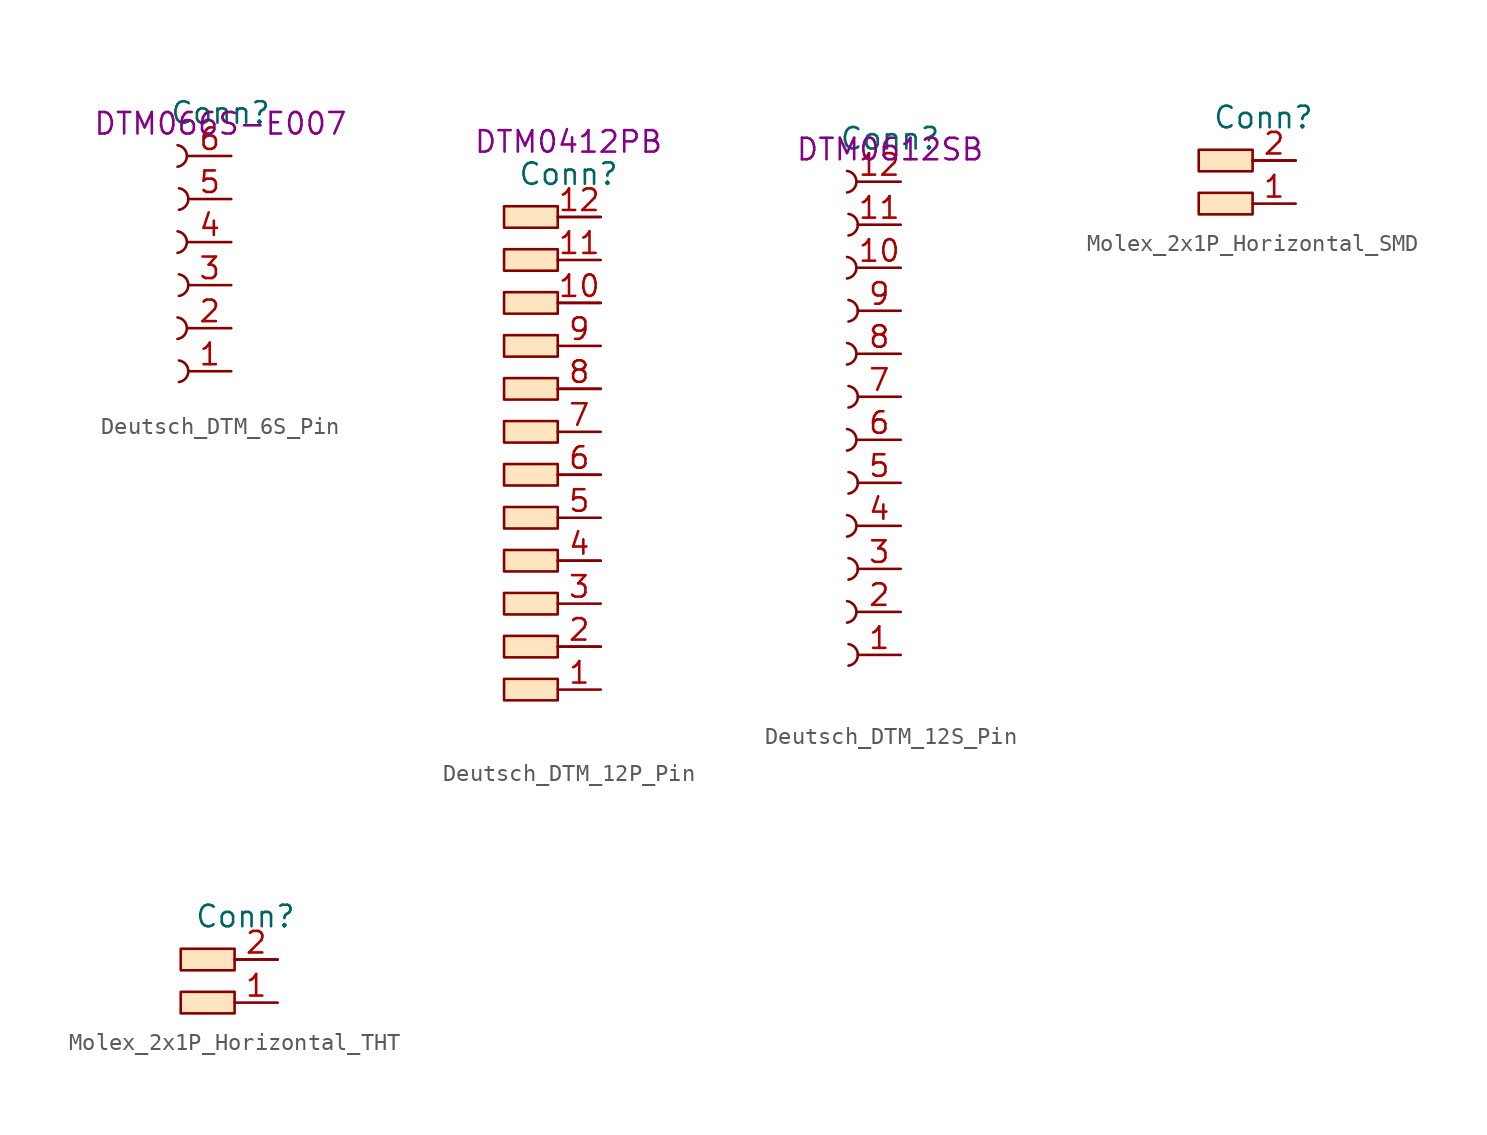
<source format=kicad_sym>
(kicad_symbol_lib
  (version 20220914)
  (generator kicad_symbol_editor)
  (symbol "Deutsch_DTM_6S_Pin"
    (property "Reference" "Conn"
      (at 0 0.635 0)
      (effects (font (size 1.27 1.27))))
    (property "P/N" "DTM066S-E007"
      (at 0 0 0)
      (effects (font (size 1.27 1.27))))
    (symbol "Deutsch_DTM_6S_Pin_0_1"
      (arc (start -2.5368 -12.7007) (mid -1.9833 -12.0663) (end -2.5355 -11.4307) (stroke (width 0) (type default)) (fill (type none)))
      (arc (start -2.5368 -7.6207) (mid -1.9833 -6.9863) (end -2.5355 -6.3507) (stroke (width 0) (type default)) (fill (type none)))
      (arc (start -2.5368 -2.5407) (mid -1.9833 -1.9063) (end -2.5355 -1.2707) (stroke (width 0) (type default)) (fill (type none)))
      (arc (start -2.4524 -15.2401) (mid -1.8989 -14.6057) (end -2.4511 -13.9701) (stroke (width 0) (type default)) (fill (type none)))
      (arc (start -2.4524 -10.1601) (mid -1.8989 -9.5257) (end -2.4511 -8.8901) (stroke (width 0) (type default)) (fill (type none)))
      (arc (start -2.4524 -5.0801) (mid -1.8989 -4.4457) (end -2.4511 -3.8101) (stroke (width 0) (type default)) (fill (type none))))
    (symbol "Deutsch_DTM_6S_Pin_1_1"
      (pin input line (at 0.635 -14.605 180) (length 2.54) (name "" (effects (font (size 1.27 1.27)))) (number "1" (effects (font (size 1.27 1.27)))))
      (pin input line (at 0.635 -12.065 180) (length 2.54) (name "" (effects (font (size 1.27 1.27)))) (number "2" (effects (font (size 1.27 1.27)))))
      (pin input line (at 0.635 -9.525 180) (length 2.54) (name "" (effects (font (size 1.27 1.27)))) (number "3" (effects (font (size 1.27 1.27)))))
      (pin input line (at 0.635 -6.985 180) (length 2.54) (name "" (effects (font (size 1.27 1.27)))) (number "4" (effects (font (size 1.27 1.27)))))
      (pin input line (at 0.635 -4.445 180) (length 2.54) (name "" (effects (font (size 1.27 1.27)))) (number "5" (effects (font (size 1.27 1.27)))))
      (pin input line (at 0.635 -1.905 180) (length 2.54) (name "" (effects (font (size 1.27 1.27)))) (number "6" (effects (font (size 1.27 1.27)))))))
  (symbol "Deutsch_DTM_12P_Pin"
    (property "Reference" "Conn"
      (at 0 -1.905 0)
      (effects (font (size 1.27 1.27))))
    (property "P/N" "DTM0412PB"
      (at 0 0 0)
      (effects (font (size 1.27 1.27))))
    (symbol "Deutsch_DTM_12P_Pin_0_1"
      (polyline (pts (xy -0.635 -29.845) (xy 1.905 -29.845)) (stroke (width 0) (type default)) (fill (type none)))
      (polyline (pts (xy -0.635 -24.765) (xy 1.905 -24.765)) (stroke (width 0) (type default)) (fill (type none)))
      (polyline (pts (xy -0.635 -19.685) (xy 1.905 -19.685)) (stroke (width 0) (type default)) (fill (type none)))
      (polyline (pts (xy -0.635 -14.605) (xy 1.905 -14.605)) (stroke (width 0) (type default)) (fill (type none)))
      (polyline (pts (xy -0.635 -9.525) (xy 1.905 -9.525)) (stroke (width 0) (type default)) (fill (type none)))
      (polyline (pts (xy -0.635 -4.445) (xy 1.905 -4.445)) (stroke (width 0) (type default)) (fill (type none))))
    (symbol "Deutsch_DTM_12P_Pin_1_1"
      (rectangle (start -3.81 -31.75) (end -0.635 -33.02) (stroke (width 0) (type default)) (fill (type color) (color 255 229 191 1)))
      (rectangle (start -3.81 -29.21) (end -0.635 -30.48) (stroke (width 0) (type default)) (fill (type color) (color 255 229 191 1)))
      (rectangle (start -3.81 -26.67) (end -0.635 -27.94) (stroke (width 0) (type default)) (fill (type color) (color 255 229 191 1)))
      (rectangle (start -3.81 -24.13) (end -0.635 -25.4) (stroke (width 0) (type default)) (fill (type color) (color 255 229 191 1)))
      (rectangle (start -3.81 -21.59) (end -0.635 -22.86) (stroke (width 0) (type default)) (fill (type color) (color 255 229 191 1)))
      (rectangle (start -3.81 -19.05) (end -0.635 -20.32) (stroke (width 0) (type default)) (fill (type color) (color 255 229 191 1)))
      (rectangle (start -3.81 -16.51) (end -0.635 -17.78) (stroke (width 0) (type default)) (fill (type color) (color 255 229 191 1)))
      (rectangle (start -3.81 -13.97) (end -0.635 -15.24) (stroke (width 0) (type default)) (fill (type color) (color 255 229 191 1)))
      (rectangle (start -3.81 -11.43) (end -0.635 -12.7) (stroke (width 0) (type default)) (fill (type color) (color 255 229 191 1)))
      (rectangle (start -3.81 -8.89) (end -0.635 -10.16) (stroke (width 0) (type default)) (fill (type color) (color 255 229 191 1)))
      (rectangle (start -3.81 -6.35) (end -0.635 -7.62) (stroke (width 0) (type default)) (fill (type color) (color 255 229 191 1)))
      (rectangle (start -3.81 -3.81) (end -0.635 -5.08) (stroke (width 0) (type default)) (fill (type color) (color 255 229 191 1)))
      (pin input line (at 1.905 -32.385 180) (length 2.54) (name "" (effects (font (size 1.27 1.27)))) (number "1" (effects (font (size 1.27 1.27)))))
      (pin input line (at 1.905 -9.525 180) (length 2.54) (name "" (effects (font (size 1.27 1.27)))) (number "10" (effects (font (size 1.27 1.27)))))
      (pin input line (at 1.905 -6.985 180) (length 2.54) (name "" (effects (font (size 1.27 1.27)))) (number "11" (effects (font (size 1.27 1.27)))))
      (pin input line (at 1.905 -4.445 180) (length 2.54) (name "" (effects (font (size 1.27 1.27)))) (number "12" (effects (font (size 1.27 1.27)))))
      (pin input line (at 1.905 -29.845 180) (length 2.54) (name "" (effects (font (size 1.27 1.27)))) (number "2" (effects (font (size 1.27 1.27)))))
      (pin input line (at 1.905 -27.305 180) (length 2.54) (name "" (effects (font (size 1.27 1.27)))) (number "3" (effects (font (size 1.27 1.27)))))
      (pin input line (at 1.905 -24.765 180) (length 2.54) (name "" (effects (font (size 1.27 1.27)))) (number "4" (effects (font (size 1.27 1.27)))))
      (pin input line (at 1.905 -22.225 180) (length 2.54) (name "" (effects (font (size 1.27 1.27)))) (number "5" (effects (font (size 1.27 1.27)))))
      (pin input line (at 1.905 -19.685 180) (length 2.54) (name "" (effects (font (size 1.27 1.27)))) (number "6" (effects (font (size 1.27 1.27)))))
      (pin input line (at 1.905 -17.145 180) (length 2.54) (name "" (effects (font (size 1.27 1.27)))) (number "7" (effects (font (size 1.27 1.27)))))
      (pin input line (at 1.905 -14.605 180) (length 2.54) (name "" (effects (font (size 1.27 1.27)))) (number "8" (effects (font (size 1.27 1.27)))))
      (pin input line (at 1.905 -12.065 180) (length 2.54) (name "" (effects (font (size 1.27 1.27)))) (number "9" (effects (font (size 1.27 1.27)))))))
  (symbol "Deutsch_DTM_12S_Pin"
    (property "Reference" "Conn"
      (at 0 0.635 0)
      (effects (font (size 1.27 1.27))))
    (property "P/N" "DTM0612SB"
      (at 0 0 0)
      (effects (font (size 1.27 1.27))))
    (symbol "Deutsch_DTM_12S_Pin_0_1"
      (arc (start -2.5368 -27.9407) (mid -1.9833 -27.3063) (end -2.5355 -26.6707) (stroke (width 0) (type default)) (fill (type none)))
      (arc (start -2.5368 -22.8607) (mid -1.9833 -22.2263) (end -2.5355 -21.5907) (stroke (width 0) (type default)) (fill (type none)))
      (arc (start -2.5368 -17.7807) (mid -1.9833 -17.1463) (end -2.5355 -16.5107) (stroke (width 0) (type default)) (fill (type none)))
      (arc (start -2.5368 -12.7007) (mid -1.9833 -12.0663) (end -2.5355 -11.4307) (stroke (width 0) (type default)) (fill (type none)))
      (arc (start -2.5368 -7.6207) (mid -1.9833 -6.9863) (end -2.5355 -6.3507) (stroke (width 0) (type default)) (fill (type none)))
      (arc (start -2.5368 -2.5407) (mid -1.9833 -1.9063) (end -2.5355 -1.2707) (stroke (width 0) (type default)) (fill (type none)))
      (arc (start -2.4524 -30.4801) (mid -1.8989 -29.8457) (end -2.4511 -29.2101) (stroke (width 0) (type default)) (fill (type none)))
      (arc (start -2.4524 -25.4001) (mid -1.8989 -24.7657) (end -2.4511 -24.1301) (stroke (width 0) (type default)) (fill (type none)))
      (arc (start -2.4524 -20.3201) (mid -1.8989 -19.6857) (end -2.4511 -19.0501) (stroke (width 0) (type default)) (fill (type none)))
      (arc (start -2.4524 -15.2401) (mid -1.8989 -14.6057) (end -2.4511 -13.9701) (stroke (width 0) (type default)) (fill (type none)))
      (arc (start -2.4524 -10.1601) (mid -1.8989 -9.5257) (end -2.4511 -8.8901) (stroke (width 0) (type default)) (fill (type none)))
      (arc (start -2.4524 -5.0801) (mid -1.8989 -4.4457) (end -2.4511 -3.8101) (stroke (width 0) (type default)) (fill (type none))))
    (symbol "Deutsch_DTM_12S_Pin_1_1"
      (pin input line (at 0.635 -29.845 180) (length 2.54) (name "" (effects (font (size 1.27 1.27)))) (number "1" (effects (font (size 1.27 1.27)))))
      (pin input line (at 0.635 -6.985 180) (length 2.54) (name "" (effects (font (size 1.27 1.27)))) (number "10" (effects (font (size 1.27 1.27)))))
      (pin input line (at 0.635 -4.445 180) (length 2.54) (name "" (effects (font (size 1.27 1.27)))) (number "11" (effects (font (size 1.27 1.27)))))
      (pin input line (at 0.635 -1.905 180) (length 2.54) (name "" (effects (font (size 1.27 1.27)))) (number "12" (effects (font (size 1.27 1.27)))))
      (pin input line (at 0.635 -27.305 180) (length 2.54) (name "" (effects (font (size 1.27 1.27)))) (number "2" (effects (font (size 1.27 1.27)))))
      (pin input line (at 0.635 -24.765 180) (length 2.54) (name "" (effects (font (size 1.27 1.27)))) (number "3" (effects (font (size 1.27 1.27)))))
      (pin input line (at 0.635 -22.225 180) (length 2.54) (name "" (effects (font (size 1.27 1.27)))) (number "4" (effects (font (size 1.27 1.27)))))
      (pin input line (at 0.635 -19.685 180) (length 2.54) (name "" (effects (font (size 1.27 1.27)))) (number "5" (effects (font (size 1.27 1.27)))))
      (pin input line (at 0.635 -17.145 180) (length 2.54) (name "" (effects (font (size 1.27 1.27)))) (number "6" (effects (font (size 1.27 1.27)))))
      (pin input line (at 0.635 -14.605 180) (length 2.54) (name "" (effects (font (size 1.27 1.27)))) (number "7" (effects (font (size 1.27 1.27)))))
      (pin input line (at 0.635 -12.065 180) (length 2.54) (name "" (effects (font (size 1.27 1.27)))) (number "8" (effects (font (size 1.27 1.27)))))
      (pin input line (at 0.635 -9.525 180) (length 2.54) (name "" (effects (font (size 1.27 1.27)))) (number "9" (effects (font (size 1.27 1.27)))))))
  (symbol "Molex_2x1P_Horizontal_SMD"
    (property "Reference" "Conn"
      (at 0 -1.905 0)
      (effects (font (size 1.27 1.27))))
    (property "Name" ""
      (at 0 0 0)
      (effects (font (size 1.27 1.27))))
    (symbol "Molex_2x1P_Horizontal_SMD_0_1"
      (polyline (pts (xy -0.635 -4.445) (xy 1.905 -4.445)) (stroke (width 0) (type default)) (fill (type none))))
    (symbol "Molex_2x1P_Horizontal_SMD_1_1"
      (rectangle (start -3.81 -6.35) (end -0.635 -7.62) (stroke (width 0) (type default)) (fill (type color) (color 255 229 191 1)))
      (rectangle (start -3.81 -3.81) (end -0.635 -5.08) (stroke (width 0) (type default)) (fill (type color) (color 255 229 191 1)))
      (pin input line (at 1.905 -6.985 180) (length 2.54) (name "" (effects (font (size 1.27 1.27)))) (number "1" (effects (font (size 1.27 1.27)))))
      (pin input line (at 1.905 -4.445 180) (length 2.54) (name "" (effects (font (size 1.27 1.27)))) (number "2" (effects (font (size 1.27 1.27)))))))
  (symbol "Molex_2x1P_Horizontal_THT"
    (property "Reference" "Conn"
      (at 0 -1.905 0)
      (effects (font (size 1.27 1.27))))
    (property "Name" ""
      (at 0 0 0)
      (effects (font (size 1.27 1.27))))
    (symbol "Molex_2x1P_Horizontal_THT_0_1"
      (polyline (pts (xy -0.635 -4.445) (xy 1.905 -4.445)) (stroke (width 0) (type default)) (fill (type none))))
    (symbol "Molex_2x1P_Horizontal_THT_1_1"
      (rectangle (start -3.81 -6.35) (end -0.635 -7.62) (stroke (width 0) (type default)) (fill (type color) (color 255 229 191 1)))
      (rectangle (start -3.81 -3.81) (end -0.635 -5.08) (stroke (width 0) (type default)) (fill (type color) (color 255 229 191 1)))
      (pin input line (at 1.905 -6.985 180) (length 2.54) (name "" (effects (font (size 1.27 1.27)))) (number "1" (effects (font (size 1.27 1.27)))))
      (pin input line (at 1.905 -4.445 180) (length 2.54) (name "" (effects (font (size 1.27 1.27)))) (number "2" (effects (font (size 1.27 1.27))))))))
</source>
